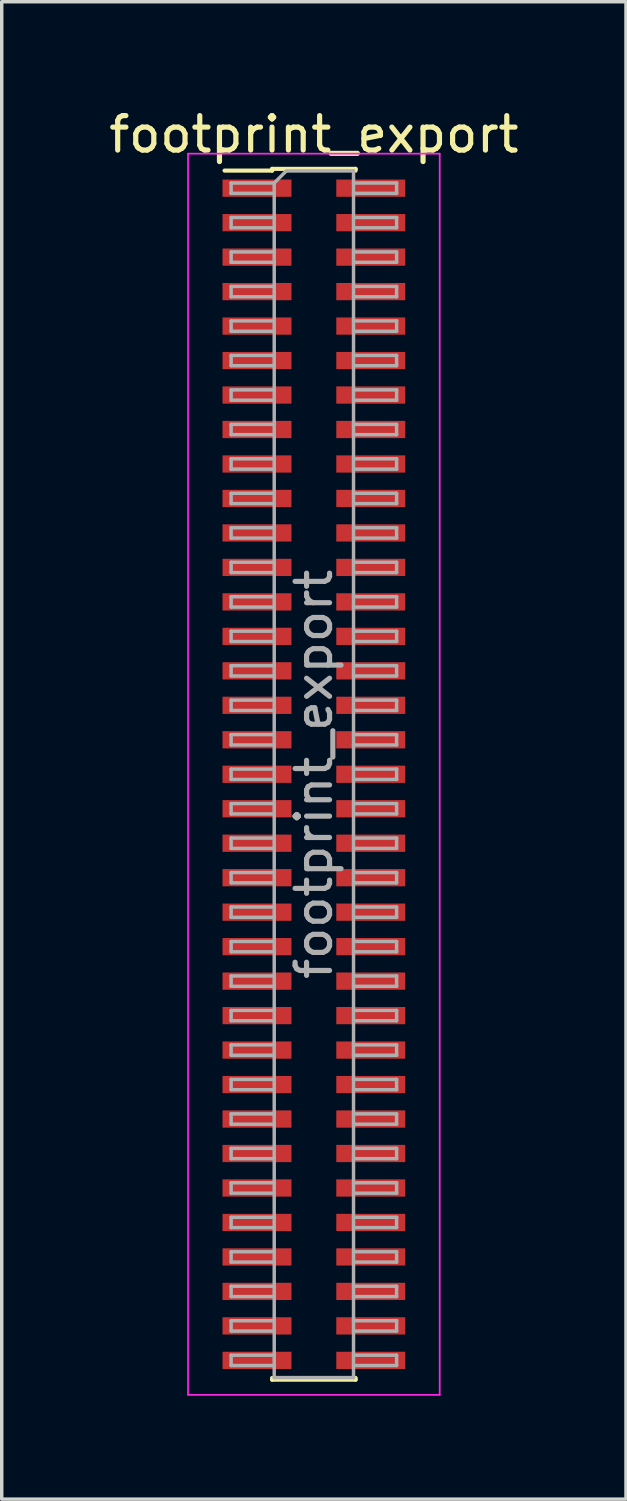
<source format=kicad_pcb>
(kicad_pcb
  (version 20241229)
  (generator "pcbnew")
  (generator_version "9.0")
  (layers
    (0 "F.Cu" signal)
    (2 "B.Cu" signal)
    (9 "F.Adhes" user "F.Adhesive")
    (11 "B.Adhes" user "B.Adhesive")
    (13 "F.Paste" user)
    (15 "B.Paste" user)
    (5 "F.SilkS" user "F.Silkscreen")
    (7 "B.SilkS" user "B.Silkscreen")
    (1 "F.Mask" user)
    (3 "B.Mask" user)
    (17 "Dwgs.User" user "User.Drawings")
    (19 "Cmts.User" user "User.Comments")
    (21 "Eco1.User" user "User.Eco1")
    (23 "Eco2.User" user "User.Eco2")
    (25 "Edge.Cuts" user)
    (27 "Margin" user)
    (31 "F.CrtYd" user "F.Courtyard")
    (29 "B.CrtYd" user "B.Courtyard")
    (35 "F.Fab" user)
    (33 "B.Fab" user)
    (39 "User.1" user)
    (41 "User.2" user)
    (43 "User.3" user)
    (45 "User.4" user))
  (footprint "footprint_export"
    (layer "F.Cu")
    (at 6.054 19.408)
    (property "Reference" "footprint_export" (at 0 -18.56 0) (layer "F.SilkS") (effects (font (size 1 1) (thickness 0.15))))
    (attr smd)
    (fp_line (start -2.59 -17.51) (end -1.21 -17.51) (stroke (width 0.12) (type solid)) (layer "F.SilkS"))
    (fp_line (start -1.21 -17.56) (end -1.21 -17.51) (stroke (width 0.12) (type solid)) (layer "F.SilkS"))
    (fp_line (start -1.21 -17.56) (end 1.21 -17.56) (stroke (width 0.12) (type solid)) (layer "F.SilkS"))
    (fp_line (start -1.21 17.51) (end -1.21 17.56) (stroke (width 0.12) (type solid)) (layer "F.SilkS"))
    (fp_line (start -1.21 17.56) (end 1.21 17.56) (stroke (width 0.12) (type solid)) (layer "F.SilkS"))
    (fp_line (start 1.21 -17.56) (end 1.21 -17.51) (stroke (width 0.12) (type solid)) (layer "F.SilkS"))
    (fp_line (start 1.21 17.51) (end 1.21 17.56) (stroke (width 0.12) (type solid)) (layer "F.SilkS"))
    (fp_line (start -3.65 -18) (end -3.65 18) (stroke (width 0.05) (type solid)) (layer "F.CrtYd"))
    (fp_line (start -3.65 18) (end 3.65 18) (stroke (width 0.05) (type solid)) (layer "F.CrtYd"))
    (fp_line (start 3.65 -18) (end -3.65 -18) (stroke (width 0.05) (type solid)) (layer "F.CrtYd"))
    (fp_line (start 3.65 18) (end 3.65 -18) (stroke (width 0.05) (type solid)) (layer "F.CrtYd"))
    (fp_line (start -2.4 -17.15) (end -2.4 -16.85) (stroke (width 0.1) (type solid)) (layer "F.Fab"))
    (fp_line (start -2.4 -16.85) (end -1.15 -16.85) (stroke (width 0.1) (type solid)) (layer "F.Fab"))
    (fp_line (start -2.4 -16.15) (end -2.4 -15.85) (stroke (width 0.1) (type solid)) (layer "F.Fab"))
    (fp_line (start -2.4 -15.85) (end -1.15 -15.85) (stroke (width 0.1) (type solid)) (layer "F.Fab"))
    (fp_line (start -2.4 -15.15) (end -2.4 -14.85) (stroke (width 0.1) (type solid)) (layer "F.Fab"))
    (fp_line (start -2.4 -14.85) (end -1.15 -14.85) (stroke (width 0.1) (type solid)) (layer "F.Fab"))
    (fp_line (start -2.4 -14.15) (end -2.4 -13.85) (stroke (width 0.1) (type solid)) (layer "F.Fab"))
    (fp_line (start -2.4 -13.85) (end -1.15 -13.85) (stroke (width 0.1) (type solid)) (layer "F.Fab"))
    (fp_line (start -2.4 -13.15) (end -2.4 -12.85) (stroke (width 0.1) (type solid)) (layer "F.Fab"))
    (fp_line (start -2.4 -12.85) (end -1.15 -12.85) (stroke (width 0.1) (type solid)) (layer "F.Fab"))
    (fp_line (start -2.4 -12.15) (end -2.4 -11.85) (stroke (width 0.1) (type solid)) (layer "F.Fab"))
    (fp_line (start -2.4 -11.85) (end -1.15 -11.85) (stroke (width 0.1) (type solid)) (layer "F.Fab"))
    (fp_line (start -2.4 -11.15) (end -2.4 -10.85) (stroke (width 0.1) (type solid)) (layer "F.Fab"))
    (fp_line (start -2.4 -10.85) (end -1.15 -10.85) (stroke (width 0.1) (type solid)) (layer "F.Fab"))
    (fp_line (start -2.4 -10.15) (end -2.4 -9.85) (stroke (width 0.1) (type solid)) (layer "F.Fab"))
    (fp_line (start -2.4 -9.85) (end -1.15 -9.85) (stroke (width 0.1) (type solid)) (layer "F.Fab"))
    (fp_line (start -2.4 -9.15) (end -2.4 -8.85) (stroke (width 0.1) (type solid)) (layer "F.Fab"))
    (fp_line (start -2.4 -8.85) (end -1.15 -8.85) (stroke (width 0.1) (type solid)) (layer "F.Fab"))
    (fp_line (start -2.4 -8.15) (end -2.4 -7.85) (stroke (width 0.1) (type solid)) (layer "F.Fab"))
    (fp_line (start -2.4 -7.85) (end -1.15 -7.85) (stroke (width 0.1) (type solid)) (layer "F.Fab"))
    (fp_line (start -2.4 -7.15) (end -2.4 -6.85) (stroke (width 0.1) (type solid)) (layer "F.Fab"))
    (fp_line (start -2.4 -6.85) (end -1.15 -6.85) (stroke (width 0.1) (type solid)) (layer "F.Fab"))
    (fp_line (start -2.4 -6.15) (end -2.4 -5.85) (stroke (width 0.1) (type solid)) (layer "F.Fab"))
    (fp_line (start -2.4 -5.85) (end -1.15 -5.85) (stroke (width 0.1) (type solid)) (layer "F.Fab"))
    (fp_line (start -2.4 -5.15) (end -2.4 -4.85) (stroke (width 0.1) (type solid)) (layer "F.Fab"))
    (fp_line (start -2.4 -4.85) (end -1.15 -4.85) (stroke (width 0.1) (type solid)) (layer "F.Fab"))
    (fp_line (start -2.4 -4.15) (end -2.4 -3.85) (stroke (width 0.1) (type solid)) (layer "F.Fab"))
    (fp_line (start -2.4 -3.85) (end -1.15 -3.85) (stroke (width 0.1) (type solid)) (layer "F.Fab"))
    (fp_line (start -2.4 -3.15) (end -2.4 -2.85) (stroke (width 0.1) (type solid)) (layer "F.Fab"))
    (fp_line (start -2.4 -2.85) (end -1.15 -2.85) (stroke (width 0.1) (type solid)) (layer "F.Fab"))
    (fp_line (start -2.4 -2.15) (end -2.4 -1.85) (stroke (width 0.1) (type solid)) (layer "F.Fab"))
    (fp_line (start -2.4 -1.85) (end -1.15 -1.85) (stroke (width 0.1) (type solid)) (layer "F.Fab"))
    (fp_line (start -2.4 -1.15) (end -2.4 -0.85) (stroke (width 0.1) (type solid)) (layer "F.Fab"))
    (fp_line (start -2.4 -0.85) (end -1.15 -0.85) (stroke (width 0.1) (type solid)) (layer "F.Fab"))
    (fp_line (start -2.4 -0.15) (end -2.4 0.15) (stroke (width 0.1) (type solid)) (layer "F.Fab"))
    (fp_line (start -2.4 0.15) (end -1.15 0.15) (stroke (width 0.1) (type solid)) (layer "F.Fab"))
    (fp_line (start -2.4 0.85) (end -2.4 1.15) (stroke (width 0.1) (type solid)) (layer "F.Fab"))
    (fp_line (start -2.4 1.15) (end -1.15 1.15) (stroke (width 0.1) (type solid)) (layer "F.Fab"))
    (fp_line (start -2.4 1.85) (end -2.4 2.15) (stroke (width 0.1) (type solid)) (layer "F.Fab"))
    (fp_line (start -2.4 2.15) (end -1.15 2.15) (stroke (width 0.1) (type solid)) (layer "F.Fab"))
    (fp_line (start -2.4 2.85) (end -2.4 3.15) (stroke (width 0.1) (type solid)) (layer "F.Fab"))
    (fp_line (start -2.4 3.15) (end -1.15 3.15) (stroke (width 0.1) (type solid)) (layer "F.Fab"))
    (fp_line (start -2.4 3.85) (end -2.4 4.15) (stroke (width 0.1) (type solid)) (layer "F.Fab"))
    (fp_line (start -2.4 4.15) (end -1.15 4.15) (stroke (width 0.1) (type solid)) (layer "F.Fab"))
    (fp_line (start -2.4 4.85) (end -2.4 5.15) (stroke (width 0.1) (type solid)) (layer "F.Fab"))
    (fp_line (start -2.4 5.15) (end -1.15 5.15) (stroke (width 0.1) (type solid)) (layer "F.Fab"))
    (fp_line (start -2.4 5.85) (end -2.4 6.15) (stroke (width 0.1) (type solid)) (layer "F.Fab"))
    (fp_line (start -2.4 6.15) (end -1.15 6.15) (stroke (width 0.1) (type solid)) (layer "F.Fab"))
    (fp_line (start -2.4 6.85) (end -2.4 7.15) (stroke (width 0.1) (type solid)) (layer "F.Fab"))
    (fp_line (start -2.4 7.15) (end -1.15 7.15) (stroke (width 0.1) (type solid)) (layer "F.Fab"))
    (fp_line (start -2.4 7.85) (end -2.4 8.15) (stroke (width 0.1) (type solid)) (layer "F.Fab"))
    (fp_line (start -2.4 8.15) (end -1.15 8.15) (stroke (width 0.1) (type solid)) (layer "F.Fab"))
    (fp_line (start -2.4 8.85) (end -2.4 9.15) (stroke (width 0.1) (type solid)) (layer "F.Fab"))
    (fp_line (start -2.4 9.15) (end -1.15 9.15) (stroke (width 0.1) (type solid)) (layer "F.Fab"))
    (fp_line (start -2.4 9.85) (end -2.4 10.15) (stroke (width 0.1) (type solid)) (layer "F.Fab"))
    (fp_line (start -2.4 10.15) (end -1.15 10.15) (stroke (width 0.1) (type solid)) (layer "F.Fab"))
    (fp_line (start -2.4 10.85) (end -2.4 11.15) (stroke (width 0.1) (type solid)) (layer "F.Fab"))
    (fp_line (start -2.4 11.15) (end -1.15 11.15) (stroke (width 0.1) (type solid)) (layer "F.Fab"))
    (fp_line (start -2.4 11.85) (end -2.4 12.15) (stroke (width 0.1) (type solid)) (layer "F.Fab"))
    (fp_line (start -2.4 12.15) (end -1.15 12.15) (stroke (width 0.1) (type solid)) (layer "F.Fab"))
    (fp_line (start -2.4 12.85) (end -2.4 13.15) (stroke (width 0.1) (type solid)) (layer "F.Fab"))
    (fp_line (start -2.4 13.15) (end -1.15 13.15) (stroke (width 0.1) (type solid)) (layer "F.Fab"))
    (fp_line (start -2.4 13.85) (end -2.4 14.15) (stroke (width 0.1) (type solid)) (layer "F.Fab"))
    (fp_line (start -2.4 14.15) (end -1.15 14.15) (stroke (width 0.1) (type solid)) (layer "F.Fab"))
    (fp_line (start -2.4 14.85) (end -2.4 15.15) (stroke (width 0.1) (type solid)) (layer "F.Fab"))
    (fp_line (start -2.4 15.15) (end -1.15 15.15) (stroke (width 0.1) (type solid)) (layer "F.Fab"))
    (fp_line (start -2.4 15.85) (end -2.4 16.15) (stroke (width 0.1) (type solid)) (layer "F.Fab"))
    (fp_line (start -2.4 16.15) (end -1.15 16.15) (stroke (width 0.1) (type solid)) (layer "F.Fab"))
    (fp_line (start -2.4 16.85) (end -2.4 17.15) (stroke (width 0.1) (type solid)) (layer "F.Fab"))
    (fp_line (start -2.4 17.15) (end -1.15 17.15) (stroke (width 0.1) (type solid)) (layer "F.Fab"))
    (fp_line (start -1.15 -17.15) (end -2.4 -17.15) (stroke (width 0.1) (type solid)) (layer "F.Fab"))
    (fp_line (start -1.15 -17.15) (end -0.8 -17.5) (stroke (width 0.1) (type solid)) (layer "F.Fab"))
    (fp_line (start -1.15 -16.15) (end -2.4 -16.15) (stroke (width 0.1) (type solid)) (layer "F.Fab"))
    (fp_line (start -1.15 -15.15) (end -2.4 -15.15) (stroke (width 0.1) (type solid)) (layer "F.Fab"))
    (fp_line (start -1.15 -14.15) (end -2.4 -14.15) (stroke (width 0.1) (type solid)) (layer "F.Fab"))
    (fp_line (start -1.15 -13.15) (end -2.4 -13.15) (stroke (width 0.1) (type solid)) (layer "F.Fab"))
    (fp_line (start -1.15 -12.15) (end -2.4 -12.15) (stroke (width 0.1) (type solid)) (layer "F.Fab"))
    (fp_line (start -1.15 -11.15) (end -2.4 -11.15) (stroke (width 0.1) (type solid)) (layer "F.Fab"))
    (fp_line (start -1.15 -10.15) (end -2.4 -10.15) (stroke (width 0.1) (type solid)) (layer "F.Fab"))
    (fp_line (start -1.15 -9.15) (end -2.4 -9.15) (stroke (width 0.1) (type solid)) (layer "F.Fab"))
    (fp_line (start -1.15 -8.15) (end -2.4 -8.15) (stroke (width 0.1) (type solid)) (layer "F.Fab"))
    (fp_line (start -1.15 -7.15) (end -2.4 -7.15) (stroke (width 0.1) (type solid)) (layer "F.Fab"))
    (fp_line (start -1.15 -6.15) (end -2.4 -6.15) (stroke (width 0.1) (type solid)) (layer "F.Fab"))
    (fp_line (start -1.15 -5.15) (end -2.4 -5.15) (stroke (width 0.1) (type solid)) (layer "F.Fab"))
    (fp_line (start -1.15 -4.15) (end -2.4 -4.15) (stroke (width 0.1) (type solid)) (layer "F.Fab"))
    (fp_line (start -1.15 -3.15) (end -2.4 -3.15) (stroke (width 0.1) (type solid)) (layer "F.Fab"))
    (fp_line (start -1.15 -2.15) (end -2.4 -2.15) (stroke (width 0.1) (type solid)) (layer "F.Fab"))
    (fp_line (start -1.15 -1.15) (end -2.4 -1.15) (stroke (width 0.1) (type solid)) (layer "F.Fab"))
    (fp_line (start -1.15 -0.15) (end -2.4 -0.15) (stroke (width 0.1) (type solid)) (layer "F.Fab"))
    (fp_line (start -1.15 0.85) (end -2.4 0.85) (stroke (width 0.1) (type solid)) (layer "F.Fab"))
    (fp_line (start -1.15 1.85) (end -2.4 1.85) (stroke (width 0.1) (type solid)) (layer "F.Fab"))
    (fp_line (start -1.15 2.85) (end -2.4 2.85) (stroke (width 0.1) (type solid)) (layer "F.Fab"))
    (fp_line (start -1.15 3.85) (end -2.4 3.85) (stroke (width 0.1) (type solid)) (layer "F.Fab"))
    (fp_line (start -1.15 4.85) (end -2.4 4.85) (stroke (width 0.1) (type solid)) (layer "F.Fab"))
    (fp_line (start -1.15 5.85) (end -2.4 5.85) (stroke (width 0.1) (type solid)) (layer "F.Fab"))
    (fp_line (start -1.15 6.85) (end -2.4 6.85) (stroke (width 0.1) (type solid)) (layer "F.Fab"))
    (fp_line (start -1.15 7.85) (end -2.4 7.85) (stroke (width 0.1) (type solid)) (layer "F.Fab"))
    (fp_line (start -1.15 8.85) (end -2.4 8.85) (stroke (width 0.1) (type solid)) (layer "F.Fab"))
    (fp_line (start -1.15 9.85) (end -2.4 9.85) (stroke (width 0.1) (type solid)) (layer "F.Fab"))
    (fp_line (start -1.15 10.85) (end -2.4 10.85) (stroke (width 0.1) (type solid)) (layer "F.Fab"))
    (fp_line (start -1.15 11.85) (end -2.4 11.85) (stroke (width 0.1) (type solid)) (layer "F.Fab"))
    (fp_line (start -1.15 12.85) (end -2.4 12.85) (stroke (width 0.1) (type solid)) (layer "F.Fab"))
    (fp_line (start -1.15 13.85) (end -2.4 13.85) (stroke (width 0.1) (type solid)) (layer "F.Fab"))
    (fp_line (start -1.15 14.85) (end -2.4 14.85) (stroke (width 0.1) (type solid)) (layer "F.Fab"))
    (fp_line (start -1.15 15.85) (end -2.4 15.85) (stroke (width 0.1) (type solid)) (layer "F.Fab"))
    (fp_line (start -1.15 16.85) (end -2.4 16.85) (stroke (width 0.1) (type solid)) (layer "F.Fab"))
    (fp_line (start -1.15 17.5) (end -1.15 -17.15) (stroke (width 0.1) (type solid)) (layer "F.Fab"))
    (fp_line (start -0.8 -17.5) (end 1.15 -17.5) (stroke (width 0.1) (type solid)) (layer "F.Fab"))
    (fp_line (start 1.15 -17.5) (end 1.15 17.5) (stroke (width 0.1) (type solid)) (layer "F.Fab"))
    (fp_line (start 1.15 -17.15) (end 2.4 -17.15) (stroke (width 0.1) (type solid)) (layer "F.Fab"))
    (fp_line (start 1.15 -16.15) (end 2.4 -16.15) (stroke (width 0.1) (type solid)) (layer "F.Fab"))
    (fp_line (start 1.15 -15.15) (end 2.4 -15.15) (stroke (width 0.1) (type solid)) (layer "F.Fab"))
    (fp_line (start 1.15 -14.15) (end 2.4 -14.15) (stroke (width 0.1) (type solid)) (layer "F.Fab"))
    (fp_line (start 1.15 -13.15) (end 2.4 -13.15) (stroke (width 0.1) (type solid)) (layer "F.Fab"))
    (fp_line (start 1.15 -12.15) (end 2.4 -12.15) (stroke (width 0.1) (type solid)) (layer "F.Fab"))
    (fp_line (start 1.15 -11.15) (end 2.4 -11.15) (stroke (width 0.1) (type solid)) (layer "F.Fab"))
    (fp_line (start 1.15 -10.15) (end 2.4 -10.15) (stroke (width 0.1) (type solid)) (layer "F.Fab"))
    (fp_line (start 1.15 -9.15) (end 2.4 -9.15) (stroke (width 0.1) (type solid)) (layer "F.Fab"))
    (fp_line (start 1.15 -8.15) (end 2.4 -8.15) (stroke (width 0.1) (type solid)) (layer "F.Fab"))
    (fp_line (start 1.15 -7.15) (end 2.4 -7.15) (stroke (width 0.1) (type solid)) (layer "F.Fab"))
    (fp_line (start 1.15 -6.15) (end 2.4 -6.15) (stroke (width 0.1) (type solid)) (layer "F.Fab"))
    (fp_line (start 1.15 -5.15) (end 2.4 -5.15) (stroke (width 0.1) (type solid)) (layer "F.Fab"))
    (fp_line (start 1.15 -4.15) (end 2.4 -4.15) (stroke (width 0.1) (type solid)) (layer "F.Fab"))
    (fp_line (start 1.15 -3.15) (end 2.4 -3.15) (stroke (width 0.1) (type solid)) (layer "F.Fab"))
    (fp_line (start 1.15 -2.15) (end 2.4 -2.15) (stroke (width 0.1) (type solid)) (layer "F.Fab"))
    (fp_line (start 1.15 -1.15) (end 2.4 -1.15) (stroke (width 0.1) (type solid)) (layer "F.Fab"))
    (fp_line (start 1.15 -0.15) (end 2.4 -0.15) (stroke (width 0.1) (type solid)) (layer "F.Fab"))
    (fp_line (start 1.15 0.85) (end 2.4 0.85) (stroke (width 0.1) (type solid)) (layer "F.Fab"))
    (fp_line (start 1.15 1.85) (end 2.4 1.85) (stroke (width 0.1) (type solid)) (layer "F.Fab"))
    (fp_line (start 1.15 2.85) (end 2.4 2.85) (stroke (width 0.1) (type solid)) (layer "F.Fab"))
    (fp_line (start 1.15 3.85) (end 2.4 3.85) (stroke (width 0.1) (type solid)) (layer "F.Fab"))
    (fp_line (start 1.15 4.85) (end 2.4 4.85) (stroke (width 0.1) (type solid)) (layer "F.Fab"))
    (fp_line (start 1.15 5.85) (end 2.4 5.85) (stroke (width 0.1) (type solid)) (layer "F.Fab"))
    (fp_line (start 1.15 6.85) (end 2.4 6.85) (stroke (width 0.1) (type solid)) (layer "F.Fab"))
    (fp_line (start 1.15 7.85) (end 2.4 7.85) (stroke (width 0.1) (type solid)) (layer "F.Fab"))
    (fp_line (start 1.15 8.85) (end 2.4 8.85) (stroke (width 0.1) (type solid)) (layer "F.Fab"))
    (fp_line (start 1.15 9.85) (end 2.4 9.85) (stroke (width 0.1) (type solid)) (layer "F.Fab"))
    (fp_line (start 1.15 10.85) (end 2.4 10.85) (stroke (width 0.1) (type solid)) (layer "F.Fab"))
    (fp_line (start 1.15 11.85) (end 2.4 11.85) (stroke (width 0.1) (type solid)) (layer "F.Fab"))
    (fp_line (start 1.15 12.85) (end 2.4 12.85) (stroke (width 0.1) (type solid)) (layer "F.Fab"))
    (fp_line (start 1.15 13.85) (end 2.4 13.85) (stroke (width 0.1) (type solid)) (layer "F.Fab"))
    (fp_line (start 1.15 14.85) (end 2.4 14.85) (stroke (width 0.1) (type solid)) (layer "F.Fab"))
    (fp_line (start 1.15 15.85) (end 2.4 15.85) (stroke (width 0.1) (type solid)) (layer "F.Fab"))
    (fp_line (start 1.15 16.85) (end 2.4 16.85) (stroke (width 0.1) (type solid)) (layer "F.Fab"))
    (fp_line (start 1.15 17.5) (end -1.15 17.5) (stroke (width 0.1) (type solid)) (layer "F.Fab"))
    (fp_line (start 2.4 -17.15) (end 2.4 -16.85) (stroke (width 0.1) (type solid)) (layer "F.Fab"))
    (fp_line (start 2.4 -16.85) (end 1.15 -16.85) (stroke (width 0.1) (type solid)) (layer "F.Fab"))
    (fp_line (start 2.4 -16.15) (end 2.4 -15.85) (stroke (width 0.1) (type solid)) (layer "F.Fab"))
    (fp_line (start 2.4 -15.85) (end 1.15 -15.85) (stroke (width 0.1) (type solid)) (layer "F.Fab"))
    (fp_line (start 2.4 -15.15) (end 2.4 -14.85) (stroke (width 0.1) (type solid)) (layer "F.Fab"))
    (fp_line (start 2.4 -14.85) (end 1.15 -14.85) (stroke (width 0.1) (type solid)) (layer "F.Fab"))
    (fp_line (start 2.4 -14.15) (end 2.4 -13.85) (stroke (width 0.1) (type solid)) (layer "F.Fab"))
    (fp_line (start 2.4 -13.85) (end 1.15 -13.85) (stroke (width 0.1) (type solid)) (layer "F.Fab"))
    (fp_line (start 2.4 -13.15) (end 2.4 -12.85) (stroke (width 0.1) (type solid)) (layer "F.Fab"))
    (fp_line (start 2.4 -12.85) (end 1.15 -12.85) (stroke (width 0.1) (type solid)) (layer "F.Fab"))
    (fp_line (start 2.4 -12.15) (end 2.4 -11.85) (stroke (width 0.1) (type solid)) (layer "F.Fab"))
    (fp_line (start 2.4 -11.85) (end 1.15 -11.85) (stroke (width 0.1) (type solid)) (layer "F.Fab"))
    (fp_line (start 2.4 -11.15) (end 2.4 -10.85) (stroke (width 0.1) (type solid)) (layer "F.Fab"))
    (fp_line (start 2.4 -10.85) (end 1.15 -10.85) (stroke (width 0.1) (type solid)) (layer "F.Fab"))
    (fp_line (start 2.4 -10.15) (end 2.4 -9.85) (stroke (width 0.1) (type solid)) (layer "F.Fab"))
    (fp_line (start 2.4 -9.85) (end 1.15 -9.85) (stroke (width 0.1) (type solid)) (layer "F.Fab"))
    (fp_line (start 2.4 -9.15) (end 2.4 -8.85) (stroke (width 0.1) (type solid)) (layer "F.Fab"))
    (fp_line (start 2.4 -8.85) (end 1.15 -8.85) (stroke (width 0.1) (type solid)) (layer "F.Fab"))
    (fp_line (start 2.4 -8.15) (end 2.4 -7.85) (stroke (width 0.1) (type solid)) (layer "F.Fab"))
    (fp_line (start 2.4 -7.85) (end 1.15 -7.85) (stroke (width 0.1) (type solid)) (layer "F.Fab"))
    (fp_line (start 2.4 -7.15) (end 2.4 -6.85) (stroke (width 0.1) (type solid)) (layer "F.Fab"))
    (fp_line (start 2.4 -6.85) (end 1.15 -6.85) (stroke (width 0.1) (type solid)) (layer "F.Fab"))
    (fp_line (start 2.4 -6.15) (end 2.4 -5.85) (stroke (width 0.1) (type solid)) (layer "F.Fab"))
    (fp_line (start 2.4 -5.85) (end 1.15 -5.85) (stroke (width 0.1) (type solid)) (layer "F.Fab"))
    (fp_line (start 2.4 -5.15) (end 2.4 -4.85) (stroke (width 0.1) (type solid)) (layer "F.Fab"))
    (fp_line (start 2.4 -4.85) (end 1.15 -4.85) (stroke (width 0.1) (type solid)) (layer "F.Fab"))
    (fp_line (start 2.4 -4.15) (end 2.4 -3.85) (stroke (width 0.1) (type solid)) (layer "F.Fab"))
    (fp_line (start 2.4 -3.85) (end 1.15 -3.85) (stroke (width 0.1) (type solid)) (layer "F.Fab"))
    (fp_line (start 2.4 -3.15) (end 2.4 -2.85) (stroke (width 0.1) (type solid)) (layer "F.Fab"))
    (fp_line (start 2.4 -2.85) (end 1.15 -2.85) (stroke (width 0.1) (type solid)) (layer "F.Fab"))
    (fp_line (start 2.4 -2.15) (end 2.4 -1.85) (stroke (width 0.1) (type solid)) (layer "F.Fab"))
    (fp_line (start 2.4 -1.85) (end 1.15 -1.85) (stroke (width 0.1) (type solid)) (layer "F.Fab"))
    (fp_line (start 2.4 -1.15) (end 2.4 -0.85) (stroke (width 0.1) (type solid)) (layer "F.Fab"))
    (fp_line (start 2.4 -0.85) (end 1.15 -0.85) (stroke (width 0.1) (type solid)) (layer "F.Fab"))
    (fp_line (start 2.4 -0.15) (end 2.4 0.15) (stroke (width 0.1) (type solid)) (layer "F.Fab"))
    (fp_line (start 2.4 0.15) (end 1.15 0.15) (stroke (width 0.1) (type solid)) (layer "F.Fab"))
    (fp_line (start 2.4 0.85) (end 2.4 1.15) (stroke (width 0.1) (type solid)) (layer "F.Fab"))
    (fp_line (start 2.4 1.15) (end 1.15 1.15) (stroke (width 0.1) (type solid)) (layer "F.Fab"))
    (fp_line (start 2.4 1.85) (end 2.4 2.15) (stroke (width 0.1) (type solid)) (layer "F.Fab"))
    (fp_line (start 2.4 2.15) (end 1.15 2.15) (stroke (width 0.1) (type solid)) (layer "F.Fab"))
    (fp_line (start 2.4 2.85) (end 2.4 3.15) (stroke (width 0.1) (type solid)) (layer "F.Fab"))
    (fp_line (start 2.4 3.15) (end 1.15 3.15) (stroke (width 0.1) (type solid)) (layer "F.Fab"))
    (fp_line (start 2.4 3.85) (end 2.4 4.15) (stroke (width 0.1) (type solid)) (layer "F.Fab"))
    (fp_line (start 2.4 4.15) (end 1.15 4.15) (stroke (width 0.1) (type solid)) (layer "F.Fab"))
    (fp_line (start 2.4 4.85) (end 2.4 5.15) (stroke (width 0.1) (type solid)) (layer "F.Fab"))
    (fp_line (start 2.4 5.15) (end 1.15 5.15) (stroke (width 0.1) (type solid)) (layer "F.Fab"))
    (fp_line (start 2.4 5.85) (end 2.4 6.15) (stroke (width 0.1) (type solid)) (layer "F.Fab"))
    (fp_line (start 2.4 6.15) (end 1.15 6.15) (stroke (width 0.1) (type solid)) (layer "F.Fab"))
    (fp_line (start 2.4 6.85) (end 2.4 7.15) (stroke (width 0.1) (type solid)) (layer "F.Fab"))
    (fp_line (start 2.4 7.15) (end 1.15 7.15) (stroke (width 0.1) (type solid)) (layer "F.Fab"))
    (fp_line (start 2.4 7.85) (end 2.4 8.15) (stroke (width 0.1) (type solid)) (layer "F.Fab"))
    (fp_line (start 2.4 8.15) (end 1.15 8.15) (stroke (width 0.1) (type solid)) (layer "F.Fab"))
    (fp_line (start 2.4 8.85) (end 2.4 9.15) (stroke (width 0.1) (type solid)) (layer "F.Fab"))
    (fp_line (start 2.4 9.15) (end 1.15 9.15) (stroke (width 0.1) (type solid)) (layer "F.Fab"))
    (fp_line (start 2.4 9.85) (end 2.4 10.15) (stroke (width 0.1) (type solid)) (layer "F.Fab"))
    (fp_line (start 2.4 10.15) (end 1.15 10.15) (stroke (width 0.1) (type solid)) (layer "F.Fab"))
    (fp_line (start 2.4 10.85) (end 2.4 11.15) (stroke (width 0.1) (type solid)) (layer "F.Fab"))
    (fp_line (start 2.4 11.15) (end 1.15 11.15) (stroke (width 0.1) (type solid)) (layer "F.Fab"))
    (fp_line (start 2.4 11.85) (end 2.4 12.15) (stroke (width 0.1) (type solid)) (layer "F.Fab"))
    (fp_line (start 2.4 12.15) (end 1.15 12.15) (stroke (width 0.1) (type solid)) (layer "F.Fab"))
    (fp_line (start 2.4 12.85) (end 2.4 13.15) (stroke (width 0.1) (type solid)) (layer "F.Fab"))
    (fp_line (start 2.4 13.15) (end 1.15 13.15) (stroke (width 0.1) (type solid)) (layer "F.Fab"))
    (fp_line (start 2.4 13.85) (end 2.4 14.15) (stroke (width 0.1) (type solid)) (layer "F.Fab"))
    (fp_line (start 2.4 14.15) (end 1.15 14.15) (stroke (width 0.1) (type solid)) (layer "F.Fab"))
    (fp_line (start 2.4 14.85) (end 2.4 15.15) (stroke (width 0.1) (type solid)) (layer "F.Fab"))
    (fp_line (start 2.4 15.15) (end 1.15 15.15) (stroke (width 0.1) (type solid)) (layer "F.Fab"))
    (fp_line (start 2.4 15.85) (end 2.4 16.15) (stroke (width 0.1) (type solid)) (layer "F.Fab"))
    (fp_line (start 2.4 16.15) (end 1.15 16.15) (stroke (width 0.1) (type solid)) (layer "F.Fab"))
    (fp_line (start 2.4 16.85) (end 2.4 17.15) (stroke (width 0.1) (type solid)) (layer "F.Fab"))
    (fp_line (start 2.4 17.15) (end 1.15 17.15) (stroke (width 0.1) (type solid)) (layer "F.Fab"))
    (fp_text user "${REFERENCE}" (at 0 0 90) (layer "F.Fab") (effects (font (size 1 1) (thickness 0.15))))
    (pad "1" smd rect (at -1.65 -17) (size 2 0.5) (layers "F.Cu" "F.Mask" "F.Paste"))
    (pad "2" smd rect (at 1.65 -17) (size 2 0.5) (layers "F.Cu" "F.Mask" "F.Paste"))
    (pad "3" smd rect (at -1.65 -16) (size 2 0.5) (layers "F.Cu" "F.Mask" "F.Paste"))
    (pad "4" smd rect (at 1.65 -16) (size 2 0.5) (layers "F.Cu" "F.Mask" "F.Paste"))
    (pad "5" smd rect (at -1.65 -15) (size 2 0.5) (layers "F.Cu" "F.Mask" "F.Paste"))
    (pad "6" smd rect (at 1.65 -15) (size 2 0.5) (layers "F.Cu" "F.Mask" "F.Paste"))
    (pad "7" smd rect (at -1.65 -14) (size 2 0.5) (layers "F.Cu" "F.Mask" "F.Paste"))
    (pad "8" smd rect (at 1.65 -14) (size 2 0.5) (layers "F.Cu" "F.Mask" "F.Paste"))
    (pad "9" smd rect (at -1.65 -13) (size 2 0.5) (layers "F.Cu" "F.Mask" "F.Paste"))
    (pad "10" smd rect (at 1.65 -13) (size 2 0.5) (layers "F.Cu" "F.Mask" "F.Paste"))
    (pad "11" smd rect (at -1.65 -12) (size 2 0.5) (layers "F.Cu" "F.Mask" "F.Paste"))
    (pad "12" smd rect (at 1.65 -12) (size 2 0.5) (layers "F.Cu" "F.Mask" "F.Paste"))
    (pad "13" smd rect (at -1.65 -11) (size 2 0.5) (layers "F.Cu" "F.Mask" "F.Paste"))
    (pad "14" smd rect (at 1.65 -11) (size 2 0.5) (layers "F.Cu" "F.Mask" "F.Paste"))
    (pad "15" smd rect (at -1.65 -10) (size 2 0.5) (layers "F.Cu" "F.Mask" "F.Paste"))
    (pad "16" smd rect (at 1.65 -10) (size 2 0.5) (layers "F.Cu" "F.Mask" "F.Paste"))
    (pad "17" smd rect (at -1.65 -9) (size 2 0.5) (layers "F.Cu" "F.Mask" "F.Paste"))
    (pad "18" smd rect (at 1.65 -9) (size 2 0.5) (layers "F.Cu" "F.Mask" "F.Paste"))
    (pad "19" smd rect (at -1.65 -8) (size 2 0.5) (layers "F.Cu" "F.Mask" "F.Paste"))
    (pad "20" smd rect (at 1.65 -8) (size 2 0.5) (layers "F.Cu" "F.Mask" "F.Paste"))
    (pad "21" smd rect (at -1.65 -7) (size 2 0.5) (layers "F.Cu" "F.Mask" "F.Paste"))
    (pad "22" smd rect (at 1.65 -7) (size 2 0.5) (layers "F.Cu" "F.Mask" "F.Paste"))
    (pad "23" smd rect (at -1.65 -6) (size 2 0.5) (layers "F.Cu" "F.Mask" "F.Paste"))
    (pad "24" smd rect (at 1.65 -6) (size 2 0.5) (layers "F.Cu" "F.Mask" "F.Paste"))
    (pad "25" smd rect (at -1.65 -5) (size 2 0.5) (layers "F.Cu" "F.Mask" "F.Paste"))
    (pad "26" smd rect (at 1.65 -5) (size 2 0.5) (layers "F.Cu" "F.Mask" "F.Paste"))
    (pad "27" smd rect (at -1.65 -4) (size 2 0.5) (layers "F.Cu" "F.Mask" "F.Paste"))
    (pad "28" smd rect (at 1.65 -4) (size 2 0.5) (layers "F.Cu" "F.Mask" "F.Paste"))
    (pad "29" smd rect (at -1.65 -3) (size 2 0.5) (layers "F.Cu" "F.Mask" "F.Paste"))
    (pad "30" smd rect (at 1.65 -3) (size 2 0.5) (layers "F.Cu" "F.Mask" "F.Paste"))
    (pad "31" smd rect (at -1.65 -2) (size 2 0.5) (layers "F.Cu" "F.Mask" "F.Paste"))
    (pad "32" smd rect (at 1.65 -2) (size 2 0.5) (layers "F.Cu" "F.Mask" "F.Paste"))
    (pad "33" smd rect (at -1.65 -1) (size 2 0.5) (layers "F.Cu" "F.Mask" "F.Paste"))
    (pad "34" smd rect (at 1.65 -1) (size 2 0.5) (layers "F.Cu" "F.Mask" "F.Paste"))
    (pad "35" smd rect (at -1.65 0) (size 2 0.5) (layers "F.Cu" "F.Mask" "F.Paste"))
    (pad "36" smd rect (at 1.65 0) (size 2 0.5) (layers "F.Cu" "F.Mask" "F.Paste"))
    (pad "37" smd rect (at -1.65 1) (size 2 0.5) (layers "F.Cu" "F.Mask" "F.Paste"))
    (pad "38" smd rect (at 1.65 1) (size 2 0.5) (layers "F.Cu" "F.Mask" "F.Paste"))
    (pad "39" smd rect (at -1.65 2) (size 2 0.5) (layers "F.Cu" "F.Mask" "F.Paste"))
    (pad "40" smd rect (at 1.65 2) (size 2 0.5) (layers "F.Cu" "F.Mask" "F.Paste"))
    (pad "41" smd rect (at -1.65 3) (size 2 0.5) (layers "F.Cu" "F.Mask" "F.Paste"))
    (pad "42" smd rect (at 1.65 3) (size 2 0.5) (layers "F.Cu" "F.Mask" "F.Paste"))
    (pad "43" smd rect (at -1.65 4) (size 2 0.5) (layers "F.Cu" "F.Mask" "F.Paste"))
    (pad "44" smd rect (at 1.65 4) (size 2 0.5) (layers "F.Cu" "F.Mask" "F.Paste"))
    (pad "45" smd rect (at -1.65 5) (size 2 0.5) (layers "F.Cu" "F.Mask" "F.Paste"))
    (pad "46" smd rect (at 1.65 5) (size 2 0.5) (layers "F.Cu" "F.Mask" "F.Paste"))
    (pad "47" smd rect (at -1.65 6) (size 2 0.5) (layers "F.Cu" "F.Mask" "F.Paste"))
    (pad "48" smd rect (at 1.65 6) (size 2 0.5) (layers "F.Cu" "F.Mask" "F.Paste"))
    (pad "49" smd rect (at -1.65 7) (size 2 0.5) (layers "F.Cu" "F.Mask" "F.Paste"))
    (pad "50" smd rect (at 1.65 7) (size 2 0.5) (layers "F.Cu" "F.Mask" "F.Paste"))
    (pad "51" smd rect (at -1.65 8) (size 2 0.5) (layers "F.Cu" "F.Mask" "F.Paste"))
    (pad "52" smd rect (at 1.65 8) (size 2 0.5) (layers "F.Cu" "F.Mask" "F.Paste"))
    (pad "53" smd rect (at -1.65 9) (size 2 0.5) (layers "F.Cu" "F.Mask" "F.Paste"))
    (pad "54" smd rect (at 1.65 9) (size 2 0.5) (layers "F.Cu" "F.Mask" "F.Paste"))
    (pad "55" smd rect (at -1.65 10) (size 2 0.5) (layers "F.Cu" "F.Mask" "F.Paste"))
    (pad "56" smd rect (at 1.65 10) (size 2 0.5) (layers "F.Cu" "F.Mask" "F.Paste"))
    (pad "57" smd rect (at -1.65 11) (size 2 0.5) (layers "F.Cu" "F.Mask" "F.Paste"))
    (pad "58" smd rect (at 1.65 11) (size 2 0.5) (layers "F.Cu" "F.Mask" "F.Paste"))
    (pad "59" smd rect (at -1.65 12) (size 2 0.5) (layers "F.Cu" "F.Mask" "F.Paste"))
    (pad "60" smd rect (at 1.65 12) (size 2 0.5) (layers "F.Cu" "F.Mask" "F.Paste"))
    (pad "61" smd rect (at -1.65 13) (size 2 0.5) (layers "F.Cu" "F.Mask" "F.Paste"))
    (pad "62" smd rect (at 1.65 13) (size 2 0.5) (layers "F.Cu" "F.Mask" "F.Paste"))
    (pad "63" smd rect (at -1.65 14) (size 2 0.5) (layers "F.Cu" "F.Mask" "F.Paste"))
    (pad "64" smd rect (at 1.65 14) (size 2 0.5) (layers "F.Cu" "F.Mask" "F.Paste"))
    (pad "65" smd rect (at -1.65 15) (size 2 0.5) (layers "F.Cu" "F.Mask" "F.Paste"))
    (pad "66" smd rect (at 1.65 15) (size 2 0.5) (layers "F.Cu" "F.Mask" "F.Paste"))
    (pad "67" smd rect (at -1.65 16) (size 2 0.5) (layers "F.Cu" "F.Mask" "F.Paste"))
    (pad "68" smd rect (at 1.65 16) (size 2 0.5) (layers "F.Cu" "F.Mask" "F.Paste"))
    (pad "69" smd rect (at -1.65 17) (size 2 0.5) (layers "F.Cu" "F.Mask" "F.Paste"))
    (pad "70" smd rect (at 1.65 17) (size 2 0.5) (layers "F.Cu" "F.Mask" "F.Paste")))
  (gr_rect
    (start -3 -3)
    (end 15.107 40.433)
    (stroke (width 0.1) (type default))
    (fill no)
    (layer "Edge.Cuts")))
</source>
